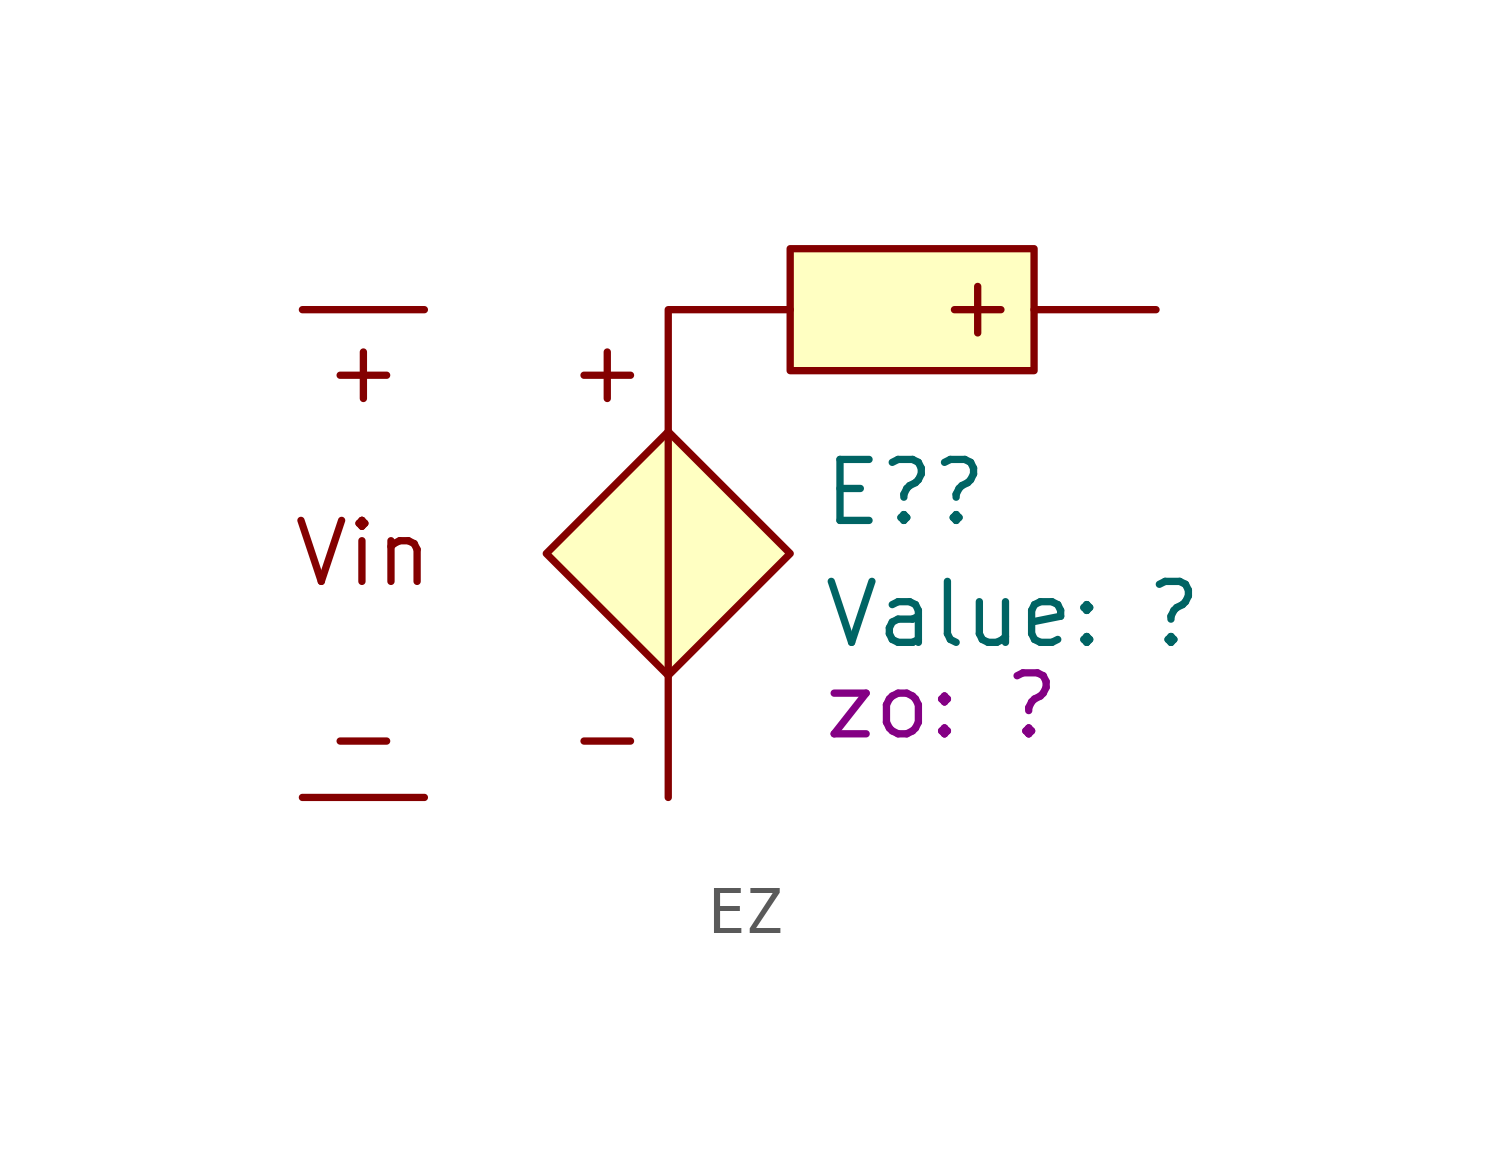
<source format=kicad_sym>
(kicad_symbol_lib
  (version 20231120)
  (generator "kicad_symbol_editor")
  (generator_version "8.0")
  (symbol "EZ"
    (pin_numbers hide)
    (pin_names
      (offset 0) hide)
    (property "Reference" "E?"
      (at 3.175 1.27 0)
      (effects (font (size 1.27 1.27)) (justify left)))
    (property "Value" "?"
      (at 3.175 -1.27 0)
      (show_name)
      (effects (font (size 1.27 1.27)) (justify left)))
    (property "zo" "?"
      (at 3.175 -3.175 0)
      (show_name)
      (effects (font (size 1.27 1.27)) (justify left)))
    (symbol "EZ_0_0"
      (text "+" (at -6.35 3.81 0) (effects (font (size 1.27 1.27))))
      (text "+" (at -1.27 3.81 0) (effects (font (size 1.27 1.27))))
      (text "+" (at 6.35 5.08 900) (effects (font (size 1.27 1.27))))
      (text "-" (at -6.35 -3.81 0) (effects (font (size 1.27 1.27))))
      (text "-" (at -1.27 -3.81 0) (effects (font (size 1.27 1.27)))))
    (symbol "EZ_0_1"
      (polyline (pts (xy 0 2.54) (xy 0 -2.54)) (stroke (width 0) (type solid)) (fill (type none)))
      (polyline (pts (xy 0 2.54) (xy 0 5.08) (xy 2.54 5.08)) (stroke (width 0) (type default)) (fill (type none))))
    (symbol "EZ_1_0"
      (pin power_out line (at 10.16 5.08 180) (length 2.54) (name "outP" (effects (font (size 1.27 1.27)))) (number "1" (effects (font (size 1.27 1.27)))))
      (pin power_out line (at 0 -5.08 90) (length 2.54) (name "outN" (effects (font (size 1.27 1.27)))) (number "2" (effects (font (size 1.27 1.27))))))
    (symbol "EZ_1_1"
      (polyline (pts (xy 0 2.54) (xy -2.54 0) (xy 0 -2.54) (xy 2.54 0) (xy 0 2.54)) (stroke (width 0) (type default)) (fill (type background)))
      (rectangle (start 2.54 6.35) (end 7.62 3.81) (stroke (width 0) (type solid)) (fill (type background)))
      (text "Vin" (at -6.35 0 0) (effects (font (size 1.27 1.27))))
      (pin input line (at -7.62 5.08 0) (length 2.54) (name "inp" (effects (font (size 1.27 1.27)))) (number "3" (effects (font (size 1.27 1.27)))))
      (pin input line (at -7.62 -5.08 0) (length 2.54) (name "inN" (effects (font (size 1.27 1.27)))) (number "4" (effects (font (size 1.27 1.27))))))))
</source>
